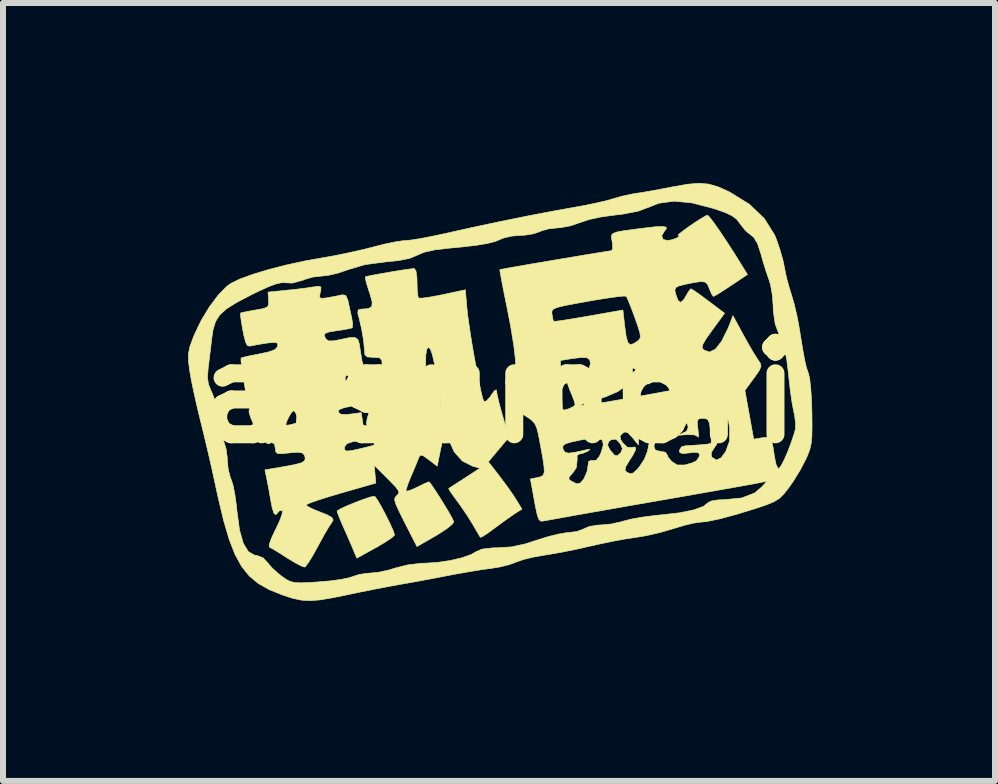
<source format=kicad_pcb>
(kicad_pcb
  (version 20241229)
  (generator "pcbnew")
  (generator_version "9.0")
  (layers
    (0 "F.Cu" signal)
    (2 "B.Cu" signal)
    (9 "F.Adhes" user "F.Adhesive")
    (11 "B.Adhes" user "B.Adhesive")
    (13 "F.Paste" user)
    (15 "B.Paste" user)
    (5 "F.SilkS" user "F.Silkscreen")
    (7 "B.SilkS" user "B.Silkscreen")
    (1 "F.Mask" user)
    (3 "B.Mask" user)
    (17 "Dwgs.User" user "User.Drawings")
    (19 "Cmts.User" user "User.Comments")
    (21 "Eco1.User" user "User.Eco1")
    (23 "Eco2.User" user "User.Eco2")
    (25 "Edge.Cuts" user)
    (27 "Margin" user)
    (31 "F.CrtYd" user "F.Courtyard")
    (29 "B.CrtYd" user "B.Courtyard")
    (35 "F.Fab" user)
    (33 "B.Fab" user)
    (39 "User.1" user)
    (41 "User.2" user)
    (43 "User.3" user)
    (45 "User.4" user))
  (footprint "atsumori"
    (layer "F.Cu")
    (at 5.269 3.5)
    (property "Reference" "atsumori" (at 0 0 0) (layer "F.SilkS") (effects (font (size 1.524 1.524) (thickness 0.3))))
    (attr through_hole)
    (fp_poly (pts (xy -2.071 1.724) (xy -2.023 1.791) (xy -1.958 1.903) (xy -1.886 2.039) (xy -1.819 2.175) (xy -1.767 2.29) (xy -1.743 2.362) (xy -1.743 2.372) (xy -1.785 2.412) (xy -1.883 2.478) (xy -2.018 2.56) (xy -2.064 2.585) (xy -2.371 2.755) (xy -2.42 2.637) (xy -2.462 2.537) (xy -2.525 2.393) (xy -2.589 2.248) (xy -2.648 2.113) (xy -2.687 2.013) (xy -2.7 1.967) (xy -2.699 1.967) (xy -2.637 1.929) (xy -2.528 1.879) (xy -2.393 1.824) (xy -2.258 1.773) (xy -2.146 1.736) (xy -2.079 1.722) (xy -2.071 1.724)) (stroke (width 0.01) (type solid)) (fill yes) (layer "F.SilkS"))
    (fp_poly (pts (xy -1.385 -2.034) (xy -1.369 -1.925) (xy -1.367 -1.84) (xy -1.363 -1.707) (xy -1.352 -1.612) (xy -1.342 -1.582) (xy -1.292 -1.579) (xy -1.18 -1.593) (xy -1.025 -1.621) (xy -0.939 -1.638) (xy -0.561 -1.719) (xy -0.537 -1.435) (xy -0.521 -1.283) (xy -0.493 -1.088) (xy -0.459 -0.865) (xy -0.419 -0.632) (xy -0.377 -0.403) (xy -0.337 -0.195) (xy -0.3 -0.023) (xy -0.271 0.095) (xy -0.252 0.143) (xy -0.211 0.135) (xy -0.151 0.069) (xy -0.13 0.037) (xy -0.075 -0.039) (xy -0.045 -0.051) (xy -0.042 -0.037) (xy -0.031 0.034) (xy -0.001 0.162) (xy 0.043 0.325) (xy 0.061 0.387) (xy 0.164 0.741) (xy -0.007 0.944) (xy -0.178 1.148) (xy 0.009 1.389) (xy 0.119 1.536) (xy 0.222 1.681) (xy 0.289 1.784) (xy 0.382 1.937) (xy 0.265 2.011) (xy 0.169 2.077) (xy 0.037 2.172) (xy -0.075 2.255) (xy -0.19 2.339) (xy -0.274 2.394) (xy -0.311 2.408) (xy -0.337 2.365) (xy -0.392 2.272) (xy -0.436 2.195) (xy -0.531 2.042) (xy -0.645 1.875) (xy -0.701 1.799) (xy -0.779 1.692) (xy -0.829 1.617) (xy -0.839 1.592) (xy -0.799 1.567) (xy -0.708 1.508) (xy -0.584 1.428) (xy -0.572 1.42) (xy -0.318 1.255) (xy -0.439 1.222) (xy -0.613 1.134) (xy -0.747 0.983) (xy -0.812 0.839) (xy -0.849 0.737) (xy -0.883 0.681) (xy -0.891 0.677) (xy -0.914 0.715) (xy -0.945 0.815) (xy -0.976 0.949) (xy -1.03 1.221) (xy -1.171 1.114) (xy -1.26 1.049) (xy -1.307 1.035) (xy -1.332 1.066) (xy -1.34 1.085) (xy -1.372 1.167) (xy -1.425 1.293) (xy -1.468 1.393) (xy -1.518 1.518) (xy -1.547 1.608) (xy -1.55 1.639) (xy -1.505 1.632) (xy -1.413 1.595) (xy -1.36 1.569) (xy -1.254 1.517) (xy -1.182 1.486) (xy -1.169 1.482) (xy -1.139 1.515) (xy -1.079 1.602) (xy -1 1.723) (xy -0.917 1.857) (xy -0.839 1.986) (xy -0.781 2.09) (xy -0.754 2.148) (xy -0.782 2.191) (xy -0.869 2.262) (xy -0.998 2.347) (xy -1.054 2.381) (xy -1.368 2.561) (xy -1.572 2.163) (xy -1.661 1.984) (xy -1.716 1.865) (xy -1.739 1.791) (xy -1.735 1.745) (xy -1.709 1.714) (xy -1.703 1.71) (xy -1.671 1.677) (xy -1.674 1.636) (xy -1.719 1.572) (xy -1.816 1.47) (xy -1.855 1.431) (xy -2.08 1.206) (xy -2.067 1.355) (xy -2.053 1.503) (xy -2.635 1.67) (xy -2.843 1.732) (xy -3.017 1.787) (xy -3.145 1.832) (xy -3.211 1.862) (xy -3.217 1.868) (xy -3.181 1.898) (xy -3.089 1.943) (xy -3.016 1.972) (xy -2.866 2.032) (xy -2.786 2.077) (xy -2.765 2.119) (xy -2.792 2.166) (xy -2.834 2.228) (xy -2.903 2.344) (xy -2.985 2.493) (xy -3.02 2.558) (xy -3.103 2.708) (xy -3.176 2.826) (xy -3.226 2.894) (xy -3.239 2.904) (xy -3.293 2.887) (xy -3.395 2.834) (xy -3.525 2.755) (xy -3.535 2.749) (xy -3.666 2.665) (xy -3.771 2.601) (xy -3.828 2.57) (xy -3.829 2.569) (xy -3.831 2.528) (xy -3.798 2.433) (xy -3.738 2.301) (xy -3.724 2.275) (xy -3.658 2.136) (xy -3.618 2.026) (xy -3.61 1.965) (xy -3.612 1.962) (xy -3.658 1.962) (xy -3.683 1.99) (xy -3.721 2.03) (xy -3.752 2.007) (xy -3.782 1.914) (xy -3.809 1.773) (xy -3.836 1.616) (xy -3.864 1.471) (xy -3.875 1.414) (xy -3.903 1.283) (xy -3.58 1.228) (xy -3.4 1.194) (xy -3.291 1.164) (xy -3.239 1.129) (xy -3.231 1.082) (xy -3.243 1.041) (xy -3.274 1.003) (xy -3.342 0.989) (xy -3.468 0.997) (xy -3.497 1.001) (xy -3.629 1.013) (xy -3.697 1.008) (xy -3.722 0.979) (xy -3.725 0.944) (xy -3.744 0.849) (xy -3.793 0.826) (xy -3.833 0.848) (xy -3.877 0.837) (xy -3.941 0.768) (xy -4.014 0.661) (xy -4.083 0.537) (xy -4.085 0.534) (xy -3.556 0.534) (xy -3.523 0.538) (xy -3.45 0.524) (xy -3.378 0.5) (xy -3.351 0.485) (xy -3.349 0.437) (xy -3.374 0.362) (xy -3.402 0.317) (xy -2.682 0.317) (xy -2.681 0.32) (xy -2.639 0.356) (xy -2.54 0.36) (xy -2.478 0.353) (xy -2.297 0.329) (xy -2.267 0.529) (xy -2.254 0.673) (xy -2.276 0.756) (xy -2.344 0.797) (xy -2.434 0.812) (xy -2.539 0.847) (xy -2.574 0.9) (xy -2.575 0.948) (xy -2.543 0.969) (xy -2.464 0.963) (xy -2.32 0.931) (xy -2.294 0.925) (xy -2.177 0.896) (xy -2.102 0.876) (xy -2.088 0.872) (xy -2.074 0.833) (xy -2.052 0.752) (xy -2.044 0.661) (xy -2.094 0.607) (xy -2.128 0.589) (xy -2.191 0.555) (xy -2.212 0.513) (xy -2.199 0.433) (xy -2.177 0.356) (xy -2.149 0.246) (xy -2.142 0.179) (xy -2.147 0.169) (xy -2.199 0.176) (xy -2.31 0.194) (xy -2.438 0.216) (xy -2.59 0.248) (xy -2.667 0.28) (xy -2.682 0.317) (xy -3.402 0.317) (xy -3.41 0.305) (xy -3.425 0.296) (xy -3.461 0.33) (xy -3.508 0.406) (xy -3.545 0.489) (xy -3.556 0.534) (xy -4.085 0.534) (xy -4.139 0.416) (xy -4.168 0.319) (xy -4.164 0.27) (xy -4.116 0.205) (xy -4.075 0.15) (xy -3.344 0.15) (xy -3.31 0.168) (xy -3.226 0.153) (xy -3.2 0.144) (xy -3.154 0.089) (xy -3.133 -0.006) (xy -3.14 -0.099) (xy -3.168 -0.144) (xy -3.202 -0.122) (xy -3.253 -0.052) (xy -3.305 0.039) (xy -3.339 0.12) (xy -3.344 0.15) (xy -4.075 0.15) (xy -4.044 0.108) (xy -4.025 0.083) (xy -3.923 -0.054) (xy -4.072 -0.027) (xy -4.221 0.001) (xy -4.261 -0.245) (xy -2.567 -0.245) (xy -2.555 -0.178) (xy -2.512 -0.104) (xy -2.456 -0.089) (xy -2.418 -0.134) (xy -2.413 -0.171) (xy -2.441 -0.252) (xy -2.478 -0.282) (xy -2.549 -0.293) (xy -2.567 -0.245) (xy -4.261 -0.245) (xy -4.268 -0.283) (xy -4.289 -0.428) (xy -4.301 -0.535) (xy -4.301 -0.582) (xy -4.301 -0.582) (xy -4.255 -0.596) (xy -4.149 -0.62) (xy -4.004 -0.648) (xy -3.995 -0.65) (xy -3.831 -0.686) (xy -3.735 -0.723) (xy -3.694 -0.767) (xy -3.69 -0.78) (xy -3.69 -0.825) (xy -3.726 -0.842) (xy -3.817 -0.837) (xy -3.88 -0.829) (xy -4.015 -0.807) (xy -4.122 -0.787) (xy -4.152 -0.78) (xy -4.192 -0.787) (xy -4.224 -0.844) (xy -4.255 -0.964) (xy -4.27 -1.042) (xy -4.295 -1.184) (xy -4.309 -1.288) (xy -4.309 -1.332) (xy -4.309 -1.332) (xy -4.264 -1.344) (xy -4.161 -1.364) (xy -4.064 -1.381) (xy -3.932 -1.405) (xy -3.863 -1.432) (xy -3.84 -1.476) (xy -3.841 -1.55) (xy -3.851 -1.681) (xy -3.566 -1.709) (xy -3.389 -1.727) (xy -3.219 -1.748) (xy -3.116 -1.764) (xy -3.011 -1.778) (xy -2.969 -1.765) (xy -2.971 -1.712) (xy -2.98 -1.677) (xy -2.993 -1.603) (xy -2.971 -1.576) (xy -2.891 -1.582) (xy -2.848 -1.589) (xy -2.723 -1.612) (xy -2.625 -1.633) (xy -2.615 -1.636) (xy -2.555 -1.625) (xy -2.519 -1.544) (xy -2.518 -1.537) (xy -2.491 -1.412) (xy -2.46 -1.27) (xy -2.457 -1.259) (xy -2.441 -1.154) (xy -2.445 -1.09) (xy -2.449 -1.084) (xy -2.504 -1.07) (xy -2.613 -1.05) (xy -2.699 -1.038) (xy -2.836 -1.016) (xy -2.903 -0.99) (xy -2.912 -0.95) (xy -2.885 -0.898) (xy -2.841 -0.867) (xy -2.755 -0.868) (xy -2.663 -0.886) (xy -2.503 -0.92) (xy -2.405 -0.925) (xy -2.353 -0.892) (xy -2.328 -0.814) (xy -2.316 -0.73) (xy -2.283 -0.525) (xy -2.239 -0.393) (xy -2.176 -0.321) (xy -2.088 -0.297) (xy -2.075 -0.296) (xy -1.989 -0.304) (xy -1.954 -0.346) (xy -1.947 -0.445) (xy -1.949 -0.477) (xy -1.224 -0.477) (xy -1.216 -0.308) (xy -1.2 -0.136) (xy -1.176 0.02) (xy -1.146 0.139) (xy -1.111 0.201) (xy -1.043 0.246) (xy -0.999 0.25) (xy -0.979 0.205) (xy -0.981 0.101) (xy -1.003 -0.069) (xy -1.033 -0.254) (xy -1.076 -0.487) (xy -1.113 -0.645) (xy -1.147 -0.734) (xy -1.179 -0.762) (xy -1.18 -0.762) (xy -1.207 -0.724) (xy -1.221 -0.622) (xy -1.224 -0.477) (xy -1.949 -0.477) (xy -1.954 -0.544) (xy -1.991 -0.585) (xy -2.084 -0.593) (xy -2.095 -0.593) (xy -2.195 -0.6) (xy -2.236 -0.636) (xy -2.245 -0.727) (xy -2.245 -0.73) (xy -2.258 -0.875) (xy -2.29 -1.062) (xy -2.334 -1.253) (xy -2.354 -1.323) (xy -2.349 -1.383) (xy -2.292 -1.397) (xy -2.178 -1.405) (xy -2.121 -1.44) (xy -2.115 -1.517) (xy -2.152 -1.653) (xy -2.163 -1.682) (xy -2.204 -1.811) (xy -2.227 -1.903) (xy -2.229 -1.934) (xy -2.184 -1.947) (xy -2.078 -1.968) (xy -1.933 -1.994) (xy -1.772 -2.022) (xy -1.618 -2.047) (xy -1.492 -2.065) (xy -1.417 -2.074) (xy -1.414 -2.074) (xy -1.385 -2.034)) (stroke (width 0.01) (type solid)) (fill yes) (layer "F.SilkS"))
    (fp_poly (pts (xy 3.497 -3.481) (xy 3.654 -3.435) (xy 3.833 -3.354) (xy 3.851 -3.345) (xy 4.175 -3.144) (xy 4.423 -2.906) (xy 4.594 -2.633) (xy 4.628 -2.55) (xy 4.687 -2.375) (xy 4.735 -2.203) (xy 4.759 -2.083) (xy 4.789 -1.936) (xy 4.836 -1.761) (xy 4.868 -1.659) (xy 4.92 -1.483) (xy 4.969 -1.275) (xy 4.998 -1.122) (xy 5.04 -0.863) (xy 5.072 -0.673) (xy 5.098 -0.537) (xy 5.12 -0.44) (xy 5.143 -0.366) (xy 5.159 -0.323) (xy 5.179 -0.235) (xy 5.196 -0.083) (xy 5.209 0.112) (xy 5.216 0.328) (xy 5.216 0.333) (xy 5.218 0.561) (xy 5.215 0.725) (xy 5.203 0.846) (xy 5.18 0.945) (xy 5.143 1.043) (xy 5.114 1.108) (xy 5.024 1.28) (xy 4.91 1.466) (xy 4.836 1.573) (xy 4.75 1.682) (xy 4.674 1.758) (xy 4.583 1.814) (xy 4.455 1.867) (xy 4.292 1.922) (xy 3.96 2.024) (xy 3.682 2.099) (xy 3.465 2.144) (xy 3.335 2.157) (xy 3.241 2.171) (xy 3.095 2.206) (xy 2.926 2.256) (xy 2.891 2.267) (xy 2.684 2.327) (xy 2.459 2.379) (xy 2.265 2.411) (xy 2.091 2.437) (xy 1.871 2.478) (xy 1.64 2.527) (xy 1.524 2.553) (xy 1.295 2.605) (xy 1.053 2.654) (xy 0.836 2.692) (xy 0.75 2.706) (xy 0.571 2.737) (xy 0.408 2.777) (xy 0.293 2.817) (xy 0.285 2.821) (xy 0.17 2.863) (xy 0.01 2.902) (xy -0.126 2.924) (xy -0.287 2.946) (xy -0.499 2.981) (xy -0.729 3.021) (xy -0.868 3.048) (xy -1.102 3.093) (xy -1.349 3.139) (xy -1.572 3.179) (xy -1.672 3.196) (xy -1.857 3.23) (xy -2.09 3.275) (xy -2.34 3.325) (xy -2.518 3.363) (xy -2.784 3.417) (xy -2.988 3.451) (xy -3.151 3.463) (xy -3.292 3.455) (xy -3.431 3.426) (xy -3.589 3.376) (xy -3.616 3.366) (xy -3.831 3.28) (xy -4.011 3.178) (xy -4.162 3.053) (xy -4.29 2.895) (xy -4.4 2.695) (xy -4.499 2.442) (xy -4.591 2.128) (xy -4.683 1.743) (xy -4.726 1.545) (xy -4.78 1.295) (xy -4.847 1.002) (xy -4.918 0.703) (xy -4.976 0.466) (xy -5.034 0.227) (xy -5.087 -0.01) (xy -5.131 -0.22) (xy -5.138 -0.264) (xy -4.861 -0.264) (xy -4.844 -0.144) (xy -4.793 -0.018) (xy -4.784 -0.001) (xy -4.726 0.15) (xy -4.682 0.334) (xy -4.667 0.441) (xy -4.646 0.601) (xy -4.613 0.743) (xy -4.587 0.813) (xy -4.551 0.928) (xy -4.531 1.075) (xy -4.53 1.122) (xy -4.515 1.272) (xy -4.48 1.408) (xy -4.466 1.44) (xy -4.435 1.535) (xy -4.404 1.689) (xy -4.378 1.876) (xy -4.367 1.983) (xy -4.326 2.286) (xy -4.263 2.508) (xy -4.177 2.648) (xy -4.069 2.707) (xy -4.04 2.709) (xy -3.933 2.749) (xy -3.866 2.821) (xy -3.786 2.915) (xy -3.671 3.019) (xy -3.622 3.056) (xy -3.544 3.111) (xy -3.478 3.145) (xy -3.401 3.162) (xy -3.295 3.166) (xy -3.138 3.159) (xy -3.007 3.15) (xy -2.809 3.133) (xy -2.631 3.109) (xy -2.498 3.081) (xy -2.447 3.064) (xy -2.33 3.026) (xy -2.183 3.005) (xy -2.151 3.004) (xy -2.004 2.989) (xy -1.829 2.95) (xy -1.736 2.921) (xy -1.529 2.868) (xy -1.298 2.84) (xy -1.226 2.838) (xy -1.021 2.825) (xy -0.809 2.793) (xy -0.614 2.747) (xy -0.46 2.692) (xy -0.379 2.644) (xy -0.281 2.603) (xy -0.104 2.583) (xy -0.018 2.581) (xy 0.205 2.567) (xy 0.433 2.518) (xy 0.633 2.454) (xy 0.818 2.396) (xy 0.994 2.352) (xy 1.132 2.329) (xy 1.162 2.327) (xy 1.294 2.311) (xy 1.401 2.273) (xy 1.416 2.263) (xy 1.507 2.226) (xy 1.641 2.204) (xy 1.696 2.201) (xy 1.868 2.186) (xy 2.044 2.147) (xy 2.08 2.135) (xy 2.202 2.104) (xy 2.38 2.072) (xy 2.587 2.045) (xy 2.715 2.032) (xy 3.014 1.998) (xy 3.247 1.95) (xy 3.409 1.891) (xy 3.49 1.825) (xy 3.545 1.8) (xy 3.657 1.783) (xy 3.772 1.778) (xy 4.046 1.751) (xy 4.259 1.669) (xy 4.381 1.567) (xy 4.466 1.471) (xy 4.339 1.498) (xy 4.271 1.511) (xy 4.128 1.537) (xy 3.922 1.574) (xy 3.661 1.62) (xy 3.355 1.674) (xy 3.014 1.734) (xy 2.648 1.798) (xy 2.519 1.82) (xy 2.148 1.885) (xy 1.801 1.946) (xy 1.488 2.001) (xy 1.216 2.049) (xy 0.997 2.089) (xy 0.839 2.117) (xy 0.752 2.133) (xy 0.74 2.136) (xy 0.697 2.138) (xy 0.665 2.11) (xy 0.638 2.037) (xy 0.609 1.905) (xy 0.589 1.795) (xy 0.523 1.434) (xy 0.643 1.41) (xy 0.702 1.396) (xy 0.738 1.37) (xy 0.754 1.319) (xy 0.75 1.228) (xy 0.729 1.083) (xy 0.7 0.924) (xy 1.064 0.924) (xy 1.074 0.954) (xy 1.101 0.99) (xy 1.155 1.004) (xy 1.252 0.993) (xy 1.411 0.959) (xy 1.46 0.947) (xy 1.515 0.938) (xy 1.495 0.961) (xy 1.482 0.97) (xy 1.39 1.01) (xy 1.35 1.015) (xy 1.302 1.039) (xy 1.302 1.121) (xy 1.302 1.124) (xy 1.288 1.248) (xy 1.229 1.332) (xy 1.169 1.402) (xy 1.165 1.441) (xy 1.214 1.476) (xy 1.301 1.517) (xy 1.36 1.499) (xy 1.416 1.43) (xy 1.467 1.313) (xy 1.482 1.222) (xy 1.494 1.141) (xy 1.54 1.125) (xy 1.56 1.129) (xy 1.622 1.122) (xy 1.674 1.055) (xy 1.704 0.988) (xy 1.738 0.867) (xy 1.809 0.867) (xy 1.849 0.95) (xy 1.855 0.957) (xy 1.923 1.037) (xy 1.973 1.049) (xy 2.029 0.998) (xy 2.057 0.93) (xy 2.024 0.85) (xy 1.95 0.772) (xy 1.871 0.778) (xy 1.831 0.81) (xy 1.809 0.867) (xy 1.738 0.867) (xy 1.739 0.864) (xy 1.722 0.787) (xy 1.645 0.754) (xy 1.502 0.76) (xy 1.361 0.785) (xy 1.199 0.82) (xy 1.105 0.85) (xy 1.065 0.881) (xy 1.064 0.924) (xy 0.7 0.924) (xy 0.692 0.88) (xy 0.662 0.721) (xy 2.017 0.721) (xy 2.027 0.776) (xy 2.06 0.83) (xy 2.138 0.906) (xy 2.207 0.908) (xy 2.27 0.902) (xy 2.278 0.945) (xy 2.23 1.041) (xy 2.177 1.122) (xy 2.113 1.228) (xy 2.1 1.288) (xy 2.124 1.318) (xy 2.187 1.348) (xy 2.239 1.335) (xy 2.308 1.269) (xy 2.342 1.229) (xy 2.422 1.106) (xy 2.474 0.975) (xy 2.476 0.964) (xy 2.492 0.889) (xy 2.582 0.889) (xy 2.607 0.955) (xy 2.688 0.974) (xy 2.768 0.988) (xy 2.794 1.016) (xy 2.821 1.075) (xy 2.878 1.142) (xy 2.968 1.201) (xy 3.085 1.202) (xy 3.1 1.2) (xy 3.212 1.169) (xy 3.291 1.133) (xy 3.291 1.132) (xy 3.339 1.061) (xy 3.344 1.031) (xy 3.323 0.996) (xy 3.279 0.992) (xy 3.539 0.992) (xy 3.539 1.054) (xy 3.555 1.078) (xy 3.626 1.12) (xy 3.704 1.08) (xy 3.78 0.976) (xy 3.842 0.805) (xy 3.845 0.592) (xy 3.826 0.471) (xy 3.792 0.375) (xy 3.729 0.341) (xy 3.696 0.339) (xy 3.621 0.353) (xy 3.612 0.406) (xy 3.614 0.413) (xy 3.661 0.607) (xy 3.665 0.748) (xy 3.627 0.858) (xy 3.597 0.902) (xy 3.539 0.992) (xy 3.279 0.992) (xy 3.249 0.99) (xy 3.175 1) (xy 3.065 1.011) (xy 3.015 0.996) (xy 3.006 0.958) (xy 3.042 0.899) (xy 3.101 0.882) (xy 3.208 0.875) (xy 3.343 0.866) (xy 3.358 0.865) (xy 3.465 0.855) (xy 3.529 0.843) (xy 3.534 0.84) (xy 3.538 0.793) (xy 3.532 0.691) (xy 3.525 0.624) (xy 3.507 0.502) (xy 3.478 0.443) (xy 3.425 0.424) (xy 3.397 0.423) (xy 3.332 0.43) (xy 3.306 0.464) (xy 3.309 0.55) (xy 3.316 0.603) (xy 3.326 0.7) (xy 3.323 0.739) (xy 3.318 0.731) (xy 3.258 0.699) (xy 3.121 0.696) (xy 3.098 0.698) (xy 2.996 0.706) (xy 2.975 0.701) (xy 3.027 0.686) (xy 3.126 0.64) (xy 3.154 0.571) (xy 3.136 0.511) (xy 3.069 0.494) (xy 3.027 0.495) (xy 2.826 0.516) (xy 2.699 0.548) (xy 2.636 0.594) (xy 2.625 0.637) (xy 2.652 0.704) (xy 2.688 0.72) (xy 2.745 0.743) (xy 2.752 0.762) (xy 2.716 0.796) (xy 2.667 0.804) (xy 2.596 0.834) (xy 2.582 0.889) (xy 2.492 0.889) (xy 2.501 0.846) (xy 2.523 0.757) (xy 2.523 0.757) (xy 2.508 0.696) (xy 2.435 0.667) (xy 2.356 0.664) (xy 2.329 0.714) (xy 2.327 0.757) (xy 2.325 0.868) (xy 2.224 0.744) (xy 2.151 0.666) (xy 2.099 0.65) (xy 2.058 0.674) (xy 2.017 0.721) (xy 0.662 0.721) (xy 0.658 0.699) (xy 0.628 0.581) (xy 0.592 0.505) (xy 0.538 0.449) (xy 0.456 0.393) (xy 0.432 0.378) (xy 0.319 0.308) (xy 0.235 0.258) (xy 0.209 0.245) (xy 0.201 0.201) (xy 0.215 0.101) (xy 0.239 0) (xy 0.271 -0.157) (xy 0.283 -0.334) (xy 0.275 -0.54) (xy 1.021 -0.54) (xy 1.037 -0.132) (xy 1.044 0.042) (xy 1.05 0.181) (xy 1.054 0.264) (xy 1.056 0.28) (xy 1.099 0.284) (xy 1.175 0.26) (xy 1.245 0.224) (xy 1.263 0.204) (xy 1.361 0.204) (xy 1.382 0.207) (xy 1.402 0.208) (xy 1.465 0.202) (xy 1.595 0.183) (xy 1.779 0.154) (xy 2 0.116) (xy 2.185 0.084) (xy 2.421 0.041) (xy 2.628 0.003) (xy 2.791 -0.027) (xy 2.896 -0.047) (xy 2.928 -0.054) (xy 2.924 -0.089) (xy 2.876 -0.163) (xy 2.861 -0.182) (xy 2.766 -0.301) (xy 2.629 -0.224) (xy 2.492 -0.148) (xy 2.375 -0.286) (xy 2.282 -0.387) (xy 2.231 -0.419) (xy 2.222 -0.38) (xy 2.23 -0.346) (xy 2.217 -0.236) (xy 2.13 -0.126) (xy 1.979 -0.022) (xy 1.774 0.066) (xy 1.727 0.081) (xy 1.544 0.137) (xy 1.43 0.173) (xy 1.373 0.194) (xy 1.361 0.204) (xy 1.263 0.204) (xy 1.269 0.196) (xy 1.252 0.132) (xy 1.21 0.022) (xy 1.183 -0.039) (xy 1.135 -0.174) (xy 1.143 -0.254) (xy 1.213 -0.29) (xy 1.283 -0.296) (xy 1.416 -0.327) (xy 1.502 -0.406) (xy 1.524 -0.488) (xy 1.512 -0.553) (xy 1.467 -0.586) (xy 1.372 -0.591) (xy 1.213 -0.572) (xy 1.177 -0.566) (xy 1.021 -0.54) (xy 0.275 -0.54) (xy 0.275 -0.543) (xy 0.245 -0.798) (xy 0.194 -1.11) (xy 0.15 -1.336) (xy 0.88 -1.336) (xy 0.883 -1.312) (xy 0.898 -1.227) (xy 0.91 -1.193) (xy 0.954 -1.195) (xy 1.066 -1.21) (xy 1.229 -1.236) (xy 1.43 -1.27) (xy 1.494 -1.281) (xy 2.065 -1.382) (xy 2.094 -1.127) (xy 2.118 -0.948) (xy 2.145 -0.845) (xy 2.184 -0.805) (xy 2.243 -0.82) (xy 2.306 -0.862) (xy 2.342 -0.894) (xy 2.357 -0.934) (xy 2.348 -1.001) (xy 2.314 -1.114) (xy 2.265 -1.253) (xy 2.207 -1.409) (xy 2.158 -1.533) (xy 2.126 -1.604) (xy 2.12 -1.612) (xy 2.072 -1.614) (xy 1.956 -1.602) (xy 1.787 -1.578) (xy 1.581 -1.545) (xy 1.482 -1.527) (xy 1.244 -1.484) (xy 1.078 -1.452) (xy 0.971 -1.425) (xy 0.91 -1.4) (xy 0.884 -1.372) (xy 0.88 -1.336) (xy 0.15 -1.336) (xy 0.13 -1.438) (xy 0.086 -1.653) (xy 0.051 -1.836) (xy 0.026 -1.972) (xy 0.013 -2.046) (xy 0.013 -2.055) (xy 0.057 -2.064) (xy 0.17 -2.085) (xy 0.337 -2.114) (xy 0.543 -2.15) (xy 0.775 -2.189) (xy 1.017 -2.23) (xy 1.255 -2.27) (xy 1.473 -2.307) (xy 1.658 -2.337) (xy 1.795 -2.359) (xy 1.87 -2.37) (xy 1.878 -2.371) (xy 1.895 -2.407) (xy 1.89 -2.496) (xy 1.887 -2.518) (xy 1.875 -2.582) (xy 1.875 -2.627) (xy 1.9 -2.658) (xy 1.963 -2.682) (xy 2.075 -2.703) (xy 2.251 -2.727) (xy 2.41 -2.747) (xy 2.607 -2.77) (xy 2.729 -2.775) (xy 2.786 -2.763) (xy 2.787 -2.732) (xy 2.759 -2.7) (xy 2.712 -2.619) (xy 2.735 -2.559) (xy 2.805 -2.541) (xy 2.876 -2.552) (xy 2.949 -2.576) (xy 2.999 -2.604) (xy 3.002 -2.622) (xy 2.985 -2.624) (xy 2.997 -2.645) (xy 3.062 -2.697) (xy 3.159 -2.768) (xy 3.269 -2.843) (xy 3.372 -2.909) (xy 3.449 -2.953) (xy 3.476 -2.963) (xy 3.511 -2.929) (xy 3.581 -2.837) (xy 3.678 -2.699) (xy 3.793 -2.527) (xy 3.916 -2.337) (xy 4.012 -2.183) (xy 4.141 -1.974) (xy 3.869 -1.791) (xy 3.737 -1.705) (xy 3.634 -1.64) (xy 3.578 -1.61) (xy 3.574 -1.609) (xy 3.546 -1.644) (xy 3.509 -1.73) (xy 3.507 -1.736) (xy 3.476 -1.81) (xy 3.433 -1.849) (xy 3.359 -1.856) (xy 3.234 -1.837) (xy 3.131 -1.816) (xy 3.005 -1.786) (xy 2.945 -1.756) (xy 2.931 -1.711) (xy 2.942 -1.657) (xy 2.983 -1.541) (xy 3.029 -1.509) (xy 3.084 -1.56) (xy 3.109 -1.604) (xy 3.16 -1.691) (xy 3.196 -1.735) (xy 3.199 -1.736) (xy 3.241 -1.712) (xy 3.332 -1.649) (xy 3.455 -1.558) (xy 3.491 -1.532) (xy 3.76 -1.328) (xy 3.555 -1.048) (xy 3.454 -0.906) (xy 3.4 -0.815) (xy 3.386 -0.759) (xy 3.405 -0.722) (xy 3.412 -0.717) (xy 3.507 -0.681) (xy 3.607 -0.729) (xy 3.71 -0.86) (xy 3.816 -1.073) (xy 3.852 -1.163) (xy 3.899 -1.288) (xy 4.071 -0.972) (xy 4.16 -0.811) (xy 4.244 -0.667) (xy 4.308 -0.566) (xy 4.318 -0.551) (xy 4.359 -0.489) (xy 4.367 -0.438) (xy 4.337 -0.372) (xy 4.264 -0.266) (xy 4.247 -0.244) (xy 4.099 -0.042) (xy 4.172 0.365) (xy 4.245 0.771) (xy 4.385 0.748) (xy 4.464 0.739) (xy 4.514 0.754) (xy 4.546 0.807) (xy 4.57 0.915) (xy 4.593 1.071) (xy 4.618 1.193) (xy 4.651 1.256) (xy 4.667 1.259) (xy 4.702 1.215) (xy 4.755 1.112) (xy 4.815 0.973) (xy 4.873 0.821) (xy 4.921 0.676) (xy 4.941 0.603) (xy 4.944 0.505) (xy 4.926 0.369) (xy 4.913 0.31) (xy 4.887 0.178) (xy 4.86 -0.007) (xy 4.836 -0.212) (xy 4.828 -0.297) (xy 4.796 -0.56) (xy 4.749 -0.765) (xy 4.682 -0.939) (xy 4.604 -1.147) (xy 4.572 -1.361) (xy 4.57 -1.443) (xy 4.558 -1.619) (xy 4.529 -1.789) (xy 4.502 -1.884) (xy 4.454 -2.02) (xy 4.4 -2.194) (xy 4.366 -2.316) (xy 4.309 -2.491) (xy 4.246 -2.595) (xy 4.2 -2.631) (xy 4.113 -2.702) (xy 4.027 -2.807) (xy 4.018 -2.821) (xy 3.963 -2.894) (xy 3.888 -2.951) (xy 3.775 -3.005) (xy 3.602 -3.066) (xy 3.564 -3.078) (xy 3.216 -3.168) (xy 2.918 -3.196) (xy 2.664 -3.162) (xy 2.504 -3.099) (xy 2.314 -3.028) (xy 2.053 -2.979) (xy 1.933 -2.965) (xy 1.704 -2.934) (xy 1.5 -2.89) (xy 1.355 -2.841) (xy 1.194 -2.786) (xy 1.023 -2.754) (xy 0.974 -2.751) (xy 0.83 -2.736) (xy 0.705 -2.701) (xy 0.677 -2.688) (xy 0.571 -2.652) (xy 0.426 -2.629) (xy 0.36 -2.626) (xy 0.211 -2.614) (xy 0.081 -2.584) (xy 0.04 -2.568) (xy -0.06 -2.526) (xy -0.192 -2.492) (xy -0.37 -2.462) (xy -0.609 -2.434) (xy -0.813 -2.415) (xy -1.069 -2.385) (xy -1.252 -2.344) (xy -1.363 -2.296) (xy -1.49 -2.243) (xy -1.675 -2.206) (xy -1.885 -2.185) (xy -2.234 -2.139) (xy -2.519 -2.054) (xy -2.52 -2.053) (xy -2.687 -1.997) (xy -2.855 -1.958) (xy -2.955 -1.948) (xy -3.106 -1.931) (xy -3.246 -1.89) (xy -3.268 -1.879) (xy -3.445 -1.831) (xy -3.543 -1.835) (xy -3.621 -1.838) (xy -3.716 -1.818) (xy -3.842 -1.771) (xy -4.017 -1.691) (xy -4.145 -1.628) (xy -4.377 -1.506) (xy -4.543 -1.402) (xy -4.655 -1.301) (xy -4.726 -1.19) (xy -4.767 -1.055) (xy -4.789 -0.91) (xy -4.811 -0.719) (xy -4.836 -0.515) (xy -4.848 -0.421) (xy -4.861 -0.264) (xy -5.138 -0.264) (xy -5.158 -0.378) (xy -5.16 -0.389) (xy -5.178 -0.543) (xy -5.177 -0.659) (xy -5.153 -0.773) (xy -5.099 -0.919) (xy -5.079 -0.97) (xy -4.966 -1.207) (xy -4.828 -1.434) (xy -4.681 -1.631) (xy -4.537 -1.777) (xy -4.473 -1.824) (xy -4.324 -1.897) (xy -4.107 -1.976) (xy -3.843 -2.056) (xy -3.548 -2.132) (xy -3.24 -2.199) (xy -3.006 -2.241) (xy -2.756 -2.285) (xy -2.492 -2.339) (xy -2.249 -2.394) (xy -2.095 -2.433) (xy -1.908 -2.481) (xy -1.734 -2.517) (xy -1.602 -2.537) (xy -1.566 -2.539) (xy -1.465 -2.549) (xy -1.305 -2.574) (xy -1.11 -2.612) (xy -0.931 -2.65) (xy -0.45 -2.757) (xy 0.03 -2.859) (xy 0.488 -2.952) (xy 0.903 -3.031) (xy 1.228 -3.089) (xy 1.442 -3.128) (xy 1.642 -3.17) (xy 1.805 -3.208) (xy 1.891 -3.234) (xy 2.049 -3.279) (xy 2.225 -3.317) (xy 2.272 -3.324) (xy 2.405 -3.345) (xy 2.59 -3.377) (xy 2.796 -3.416) (xy 2.899 -3.436) (xy 3.145 -3.479) (xy 3.336 -3.495) (xy 3.497 -3.481)) (stroke (width 0.01) (type solid)) (fill yes) (layer "F.SilkS")))
  (gr_rect
    (start -3 -3)
    (end 13.537 9.968)
    (stroke (width 0.1) (type default))
    (fill no)
    (layer "Edge.Cuts")))
</source>
